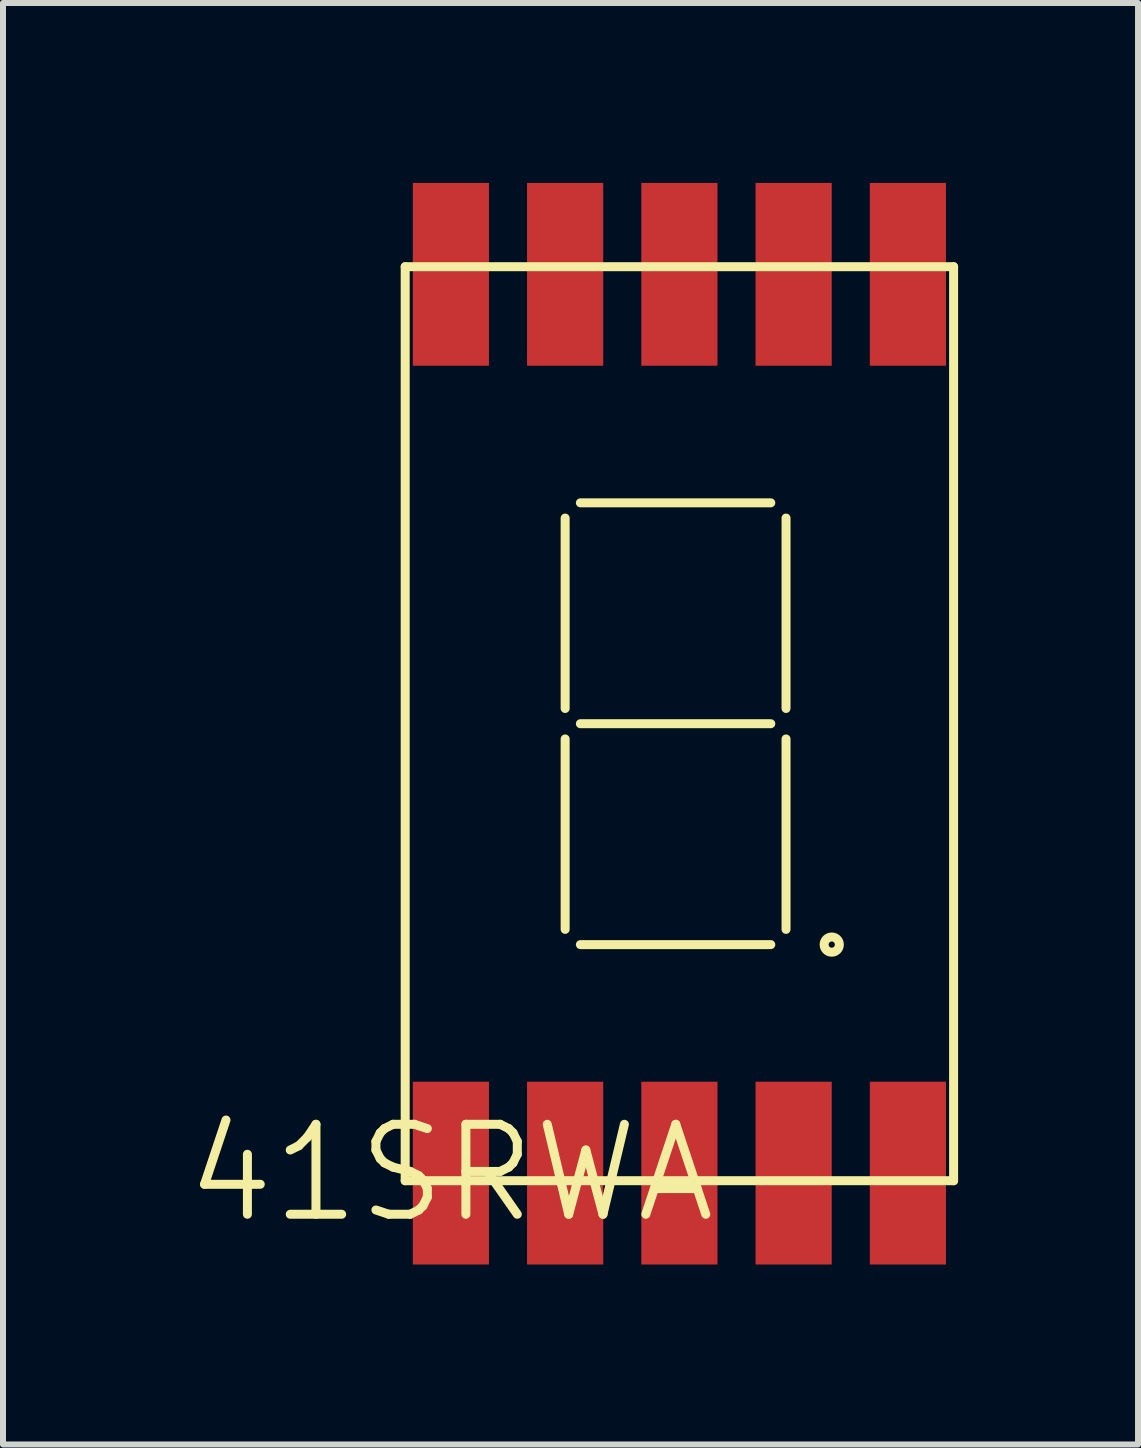
<source format=kicad_pcb>
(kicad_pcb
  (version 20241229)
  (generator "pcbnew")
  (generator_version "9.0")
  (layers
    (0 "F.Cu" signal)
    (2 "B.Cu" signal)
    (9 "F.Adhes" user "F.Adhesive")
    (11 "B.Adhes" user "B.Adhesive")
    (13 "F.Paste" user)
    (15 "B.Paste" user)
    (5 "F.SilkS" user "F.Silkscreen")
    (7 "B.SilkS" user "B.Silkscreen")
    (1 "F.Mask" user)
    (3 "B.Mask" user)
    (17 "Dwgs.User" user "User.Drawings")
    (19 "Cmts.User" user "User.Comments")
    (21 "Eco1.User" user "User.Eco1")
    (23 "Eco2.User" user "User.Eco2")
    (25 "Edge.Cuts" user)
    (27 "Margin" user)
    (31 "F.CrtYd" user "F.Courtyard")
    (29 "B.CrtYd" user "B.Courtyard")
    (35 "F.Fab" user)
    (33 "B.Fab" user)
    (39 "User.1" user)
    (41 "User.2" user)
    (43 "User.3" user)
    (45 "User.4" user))
  (footprint "41SRWA"
    (layer "F.Cu")
    (at 4.468 16.51)
    (property "Reference" "41SRWA" (at 0 0 0) (layer "F.SilkS") (effects (font (size 1.5 1.5) (thickness 0.15))))
    (attr through_hole)
    (fp_line (start -0.762 -15.113) (end 8.382 -15.113) (stroke (width 0.15) (type solid)) (layer "F.SilkS"))
    (fp_line (start -0.762 0.127) (end -0.762 -15.113) (stroke (width 0.15) (type solid)) (layer "F.SilkS"))
    (fp_line (start -0.762 0.127) (end 8.382 0.127) (stroke (width 0.15) (type solid)) (layer "F.SilkS"))
    (fp_line (start 1.905 -10.922) (end 1.905 -7.747) (stroke (width 0.15) (type solid)) (layer "F.SilkS"))
    (fp_line (start 1.905 -7.239) (end 1.905 -4.064) (stroke (width 0.15) (type solid)) (layer "F.SilkS"))
    (fp_line (start 2.159 -11.176) (end 5.334 -11.176) (stroke (width 0.15) (type solid)) (layer "F.SilkS"))
    (fp_line (start 2.159 -7.493) (end 5.334 -7.493) (stroke (width 0.15) (type solid)) (layer "F.SilkS"))
    (fp_line (start 2.159 -3.81) (end 5.334 -3.81) (stroke (width 0.15) (type solid)) (layer "F.SilkS"))
    (fp_line (start 5.588 -10.922) (end 5.588 -7.747) (stroke (width 0.15) (type solid)) (layer "F.SilkS"))
    (fp_line (start 5.588 -7.239) (end 5.588 -4.064) (stroke (width 0.15) (type solid)) (layer "F.SilkS"))
    (fp_line (start 8.382 0.127) (end 8.382 -15.113) (stroke (width 0.15) (type solid)) (layer "F.SilkS"))
    (fp_circle (center 6.35 -3.81) (end 6.477 -3.81) (stroke (width 0.15) (type solid)) (fill no) (layer "F.SilkS"))
    (pad "1" smd rect (at 0 0) (size 1.27 3.048) (layers "F.Cu" "F.Mask" "F.Paste"))
    (pad "2" smd rect (at 1.905 0) (size 1.27 3.048) (layers "F.Cu" "F.Mask" "F.Paste"))
    (pad "3" smd rect (at 3.81 0) (size 1.27 3.048) (layers "F.Cu" "F.Mask" "F.Paste"))
    (pad "4" smd rect (at 5.715 0) (size 1.27 3.048) (layers "F.Cu" "F.Mask" "F.Paste"))
    (pad "5" smd rect (at 7.62 0) (size 1.27 3.048) (layers "F.Cu" "F.Mask" "F.Paste"))
    (pad "6" smd rect (at 7.62 -14.986) (size 1.27 3.048) (layers "F.Cu" "F.Mask" "F.Paste"))
    (pad "7" smd rect (at 5.715 -14.986) (size 1.27 3.048) (layers "F.Cu" "F.Mask" "F.Paste"))
    (pad "8" smd rect (at 3.81 -14.986) (size 1.27 3.048) (layers "F.Cu" "F.Mask" "F.Paste"))
    (pad "9" smd rect (at 1.905 -14.986) (size 1.27 3.048) (layers "F.Cu" "F.Mask" "F.Paste"))
    (pad "10" smd rect (at 0 -14.986) (size 1.27 3.048) (layers "F.Cu" "F.Mask" "F.Paste")))
  (gr_rect
    (start -3 -3)
    (end 15.925 21.034)
    (stroke (width 0.1) (type default))
    (fill no)
    (layer "Edge.Cuts")))
</source>
